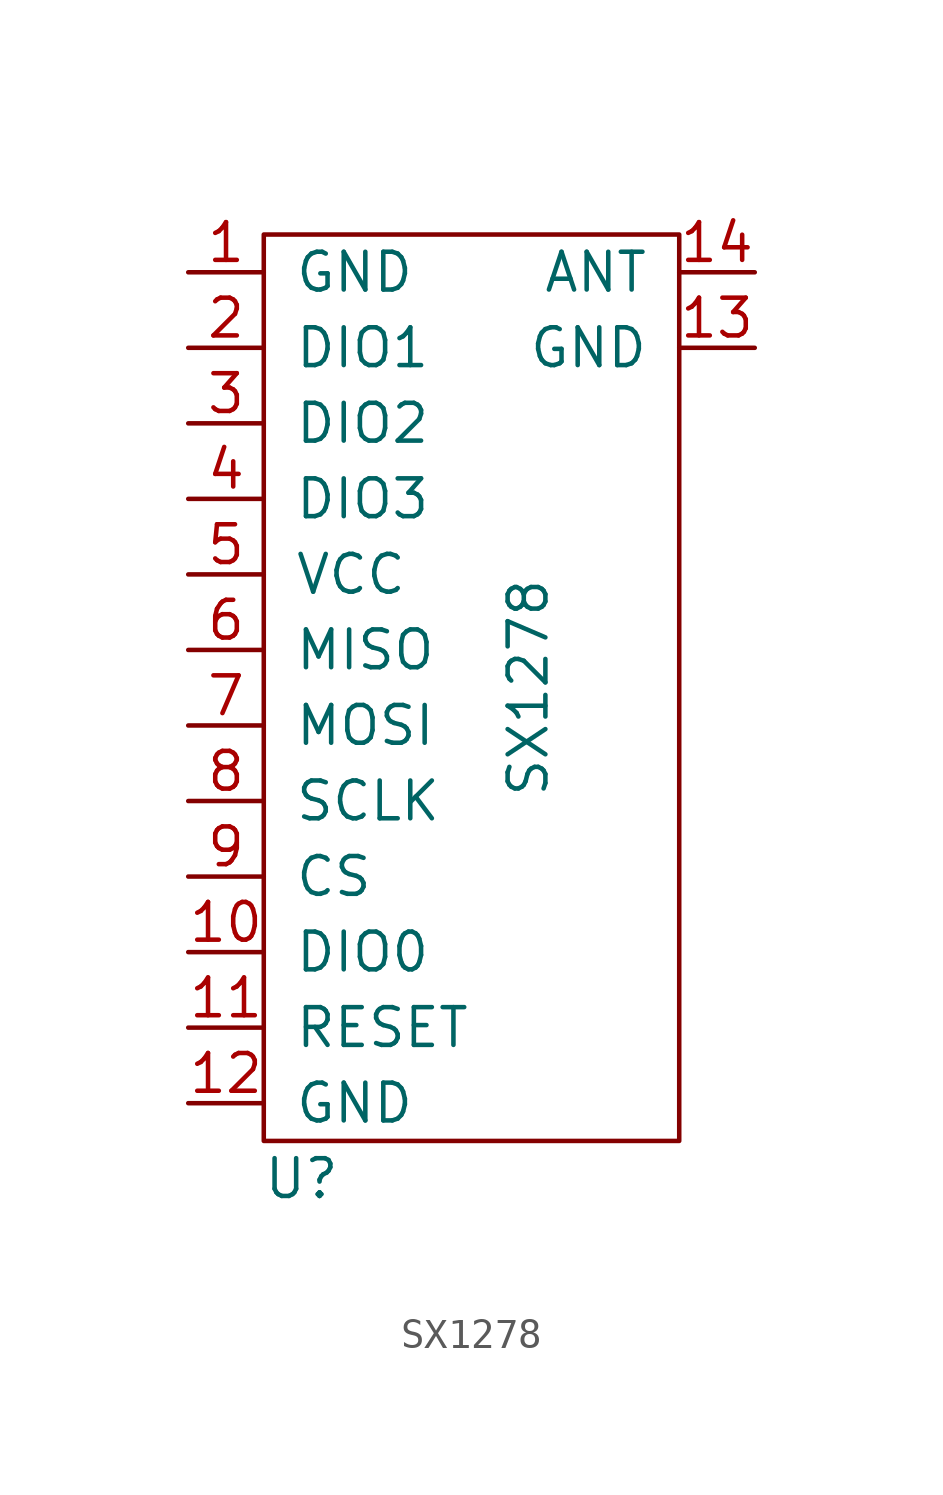
<source format=kicad_sym>
(kicad_symbol_lib
  (version 20241209)
  (generator "kicad_symbol_editor")
  (generator_version "9.0")
  (symbol "SX1278"
    (pin_names
      (offset 1.016))
    (property "Reference" "U"
      (at 1.27 -22.86 0)
      (effects (font (size 1.27 1.27))))
    (property "Value" "SX1278"
      (at 8.89 -6.35 90)
      (effects (font (size 1.27 1.27))))
    (symbol "SX1278_0_0"
      (pin power_in line (at -2.54 7.62 0) (length 2.54) (name "GND" (effects (font (size 1.27 1.27)))) (number "1" (effects (font (size 1.27 1.27)))))
      (pin bidirectional line (at -2.54 5.08 0) (length 2.54) (name "DIO1" (effects (font (size 1.27 1.27)))) (number "2" (effects (font (size 1.27 1.27)))))
      (pin bidirectional line (at -2.54 2.54 0) (length 2.54) (name "DIO2" (effects (font (size 1.27 1.27)))) (number "3" (effects (font (size 1.27 1.27)))))
      (pin bidirectional line (at -2.54 0 0) (length 2.54) (name "DIO3" (effects (font (size 1.27 1.27)))) (number "4" (effects (font (size 1.27 1.27)))))
      (pin power_in line (at -2.54 -2.54 0) (length 2.54) (name "VCC" (effects (font (size 1.27 1.27)))) (number "5" (effects (font (size 1.27 1.27)))))
      (pin output line (at -2.54 -5.08 0) (length 2.54) (name "MISO" (effects (font (size 1.27 1.27)))) (number "6" (effects (font (size 1.27 1.27)))))
      (pin input line (at -2.54 -7.62 0) (length 2.54) (name "MOSI" (effects (font (size 1.27 1.27)))) (number "7" (effects (font (size 1.27 1.27)))))
      (pin input line (at -2.54 -10.16 0) (length 2.54) (name "SCLK" (effects (font (size 1.27 1.27)))) (number "8" (effects (font (size 1.27 1.27)))))
      (pin input line (at -2.54 -12.7 0) (length 2.54) (name "CS" (effects (font (size 1.27 1.27)))) (number "9" (effects (font (size 1.27 1.27)))))
      (pin bidirectional line (at -2.54 -15.24 0) (length 2.54) (name "DIO0" (effects (font (size 1.27 1.27)))) (number "10" (effects (font (size 1.27 1.27)))))
      (pin input line (at -2.54 -17.78 0) (length 2.54) (name "RESET" (effects (font (size 1.27 1.27)))) (number "11" (effects (font (size 1.27 1.27)))))
      (pin power_in line (at -2.54 -20.32 0) (length 2.54) (name "GND" (effects (font (size 1.27 1.27)))) (number "12" (effects (font (size 1.27 1.27)))))
      (pin bidirectional line (at 16.51 7.62 180) (length 2.54) (name "ANT" (effects (font (size 1.27 1.27)))) (number "14" (effects (font (size 1.27 1.27)))))
      (pin power_in line (at 16.51 5.08 180) (length 2.54) (name "GND" (effects (font (size 1.27 1.27)))) (number "13" (effects (font (size 1.27 1.27))))))
    (symbol "SX1278_0_1"
      (rectangle (start 0 8.89) (end 13.97 -21.59) (stroke (width 0) (type solid)) (fill (type none))))))
</source>
